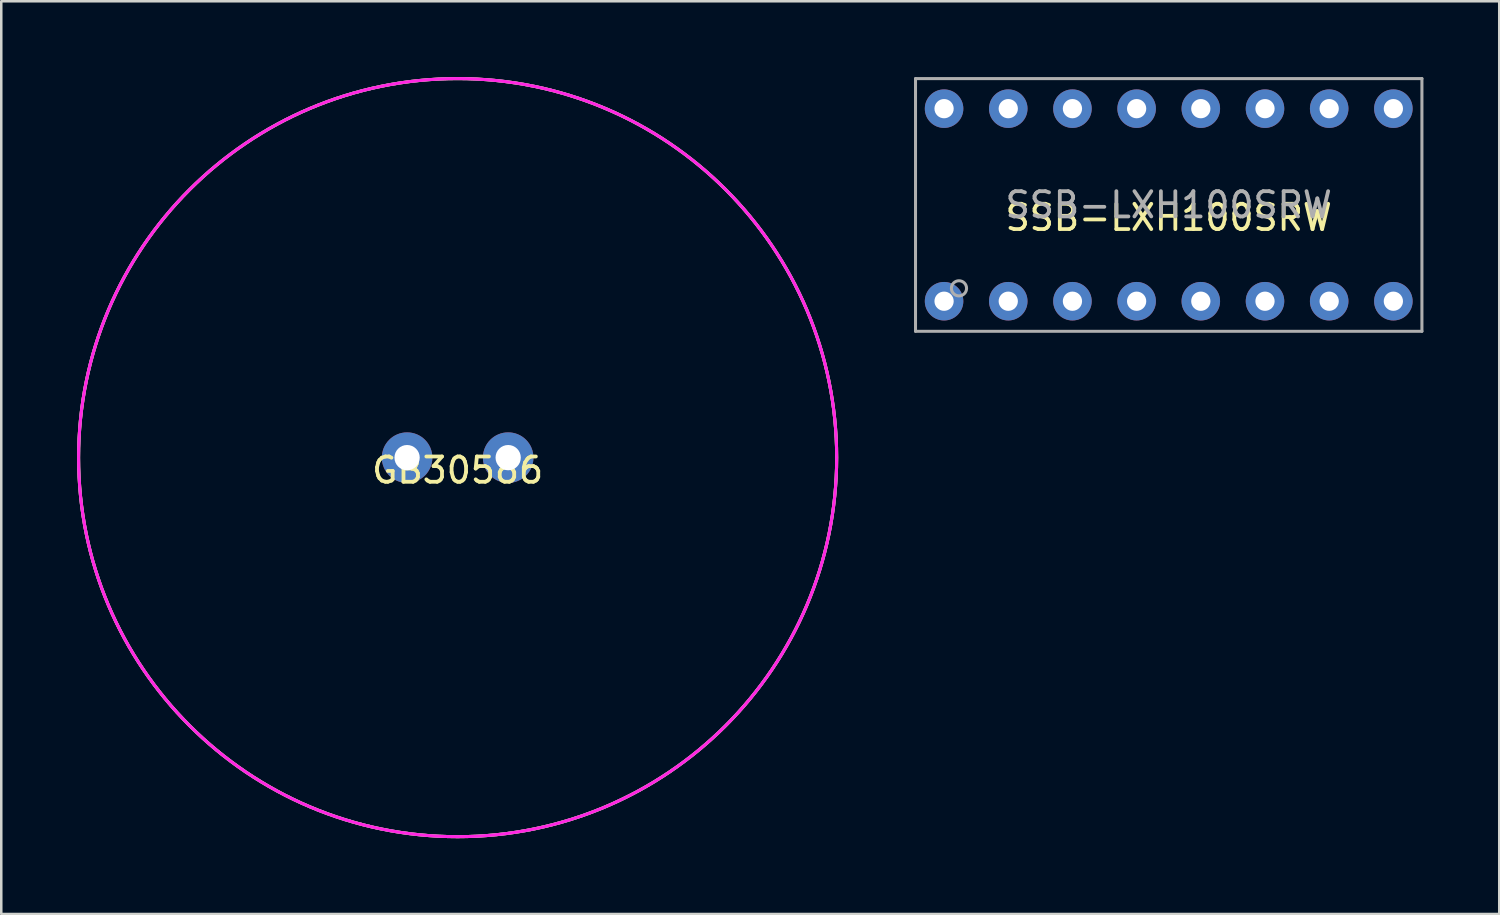
<source format=kicad_pcb>
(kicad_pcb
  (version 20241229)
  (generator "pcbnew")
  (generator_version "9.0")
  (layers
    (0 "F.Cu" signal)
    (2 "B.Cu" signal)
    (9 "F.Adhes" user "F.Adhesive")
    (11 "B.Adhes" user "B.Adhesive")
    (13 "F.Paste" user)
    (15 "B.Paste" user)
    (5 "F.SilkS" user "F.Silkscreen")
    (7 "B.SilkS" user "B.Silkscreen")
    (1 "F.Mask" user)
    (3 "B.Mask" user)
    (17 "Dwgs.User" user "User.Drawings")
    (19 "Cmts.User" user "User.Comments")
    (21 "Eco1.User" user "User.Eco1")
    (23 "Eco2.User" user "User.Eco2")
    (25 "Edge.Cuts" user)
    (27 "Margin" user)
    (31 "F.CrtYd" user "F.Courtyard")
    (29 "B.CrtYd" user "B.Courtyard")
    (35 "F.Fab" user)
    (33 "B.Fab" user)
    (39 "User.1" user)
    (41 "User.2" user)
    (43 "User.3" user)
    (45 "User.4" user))
  (footprint "GB30586"
    (layer "F.Cu")
    (at 15.06 15.06)
    (property "Reference" "GB30586" (at 0 0.5 0) (layer "F.SilkS") (effects (font (size 1 1) (thickness 0.15))))
    (attr through_hole)
    (fp_circle (center 0 0) (end 15 0) (stroke (width 0.12) (type solid)) (fill no) (layer "F.SilkS"))
    (fp_circle (center 0 0) (end 15 0) (stroke (width 0.12) (type solid)) (fill no) (layer "F.CrtYd"))
    (fp_circle (center 0 0) (end 15 0) (stroke (width 0.12) (type solid)) (fill no) (layer "F.Fab"))
    (pad "1" thru_hole circle (at -2 0) (size 2 2) (drill 1) (layers "*.Cu" "*.Mask"))
    (pad "2" thru_hole circle (at 2 0) (size 2 2) (drill 1) (layers "*.Cu" "*.Mask")))
  (footprint "SSB-LXH100SRW"
    (layer "F.Cu")
    (at 43.2 5.06)
    (property "Reference" "SSB-LXH100SRW" (at 0 0.5 0) (layer "F.SilkS") (effects (font (size 1 1) (thickness 0.15))))
    (attr through_hole)
    (fp_line (start -10.02 -5) (end 10.02 -5) (stroke (width 0.12) (type solid)) (layer "F.Fab"))
    (fp_line (start -10.02 5) (end -10.02 -5) (stroke (width 0.12) (type solid)) (layer "F.Fab"))
    (fp_line (start -10.02 5) (end 10.02 5) (stroke (width 0.12) (type solid)) (layer "F.Fab"))
    (fp_line (start 10.02 -5) (end 10.02 5) (stroke (width 0.12) (type solid)) (layer "F.Fab"))
    (fp_circle (center -8.3 3.3) (end -8 3.3) (stroke (width 0.12) (type solid)) (fill no) (layer "F.Fab"))
    (fp_text user "${REFERENCE}" (at 0 0 0) (layer "F.Fab") (effects (font (size 1 1) (thickness 0.15))))
    (pad "1" thru_hole circle (at -8.89 3.81) (size 1.524 1.524) (drill 0.762) (layers "*.Cu" "*.Mask"))
    (pad "2" thru_hole circle (at -6.35 3.81) (size 1.524 1.524) (drill 0.762) (layers "*.Cu" "*.Mask"))
    (pad "3" thru_hole circle (at -3.81 3.81) (size 1.524 1.524) (drill 0.762) (layers "*.Cu" "*.Mask"))
    (pad "4" thru_hole circle (at -1.27 3.81) (size 1.524 1.524) (drill 0.762) (layers "*.Cu" "*.Mask"))
    (pad "5" thru_hole circle (at 1.27 3.81) (size 1.524 1.524) (drill 0.762) (layers "*.Cu" "*.Mask"))
    (pad "6" thru_hole circle (at 3.81 3.81) (size 1.524 1.524) (drill 0.762) (layers "*.Cu" "*.Mask"))
    (pad "7" thru_hole circle (at 6.35 3.81) (size 1.524 1.524) (drill 0.762) (layers "*.Cu" "*.Mask"))
    (pad "8" thru_hole circle (at 8.89 3.81) (size 1.524 1.524) (drill 0.762) (layers "*.Cu" "*.Mask"))
    (pad "9" thru_hole circle (at 8.89 -3.81) (size 1.524 1.524) (drill 0.762) (layers "*.Cu" "*.Mask"))
    (pad "10" thru_hole circle (at 6.35 -3.81) (size 1.524 1.524) (drill 0.762) (layers "*.Cu" "*.Mask"))
    (pad "11" thru_hole circle (at 3.81 -3.81) (size 1.524 1.524) (drill 0.762) (layers "*.Cu" "*.Mask"))
    (pad "12" thru_hole circle (at 1.27 -3.81) (size 1.524 1.524) (drill 0.762) (layers "*.Cu" "*.Mask"))
    (pad "13" thru_hole circle (at -1.27 -3.81) (size 1.524 1.524) (drill 0.762) (layers "*.Cu" "*.Mask"))
    (pad "14" thru_hole circle (at -3.81 -3.81) (size 1.524 1.524) (drill 0.762) (layers "*.Cu" "*.Mask"))
    (pad "15" thru_hole circle (at -6.35 -3.81) (size 1.524 1.524) (drill 0.762) (layers "*.Cu" "*.Mask"))
    (pad "16" thru_hole circle (at -8.89 -3.81) (size 1.524 1.524) (drill 0.762) (layers "*.Cu" "*.Mask")))
  (gr_rect
    (start -3 -3)
    (end 56.28 33.12)
    (stroke (width 0.1) (type default))
    (fill no)
    (layer "Edge.Cuts")))
</source>
